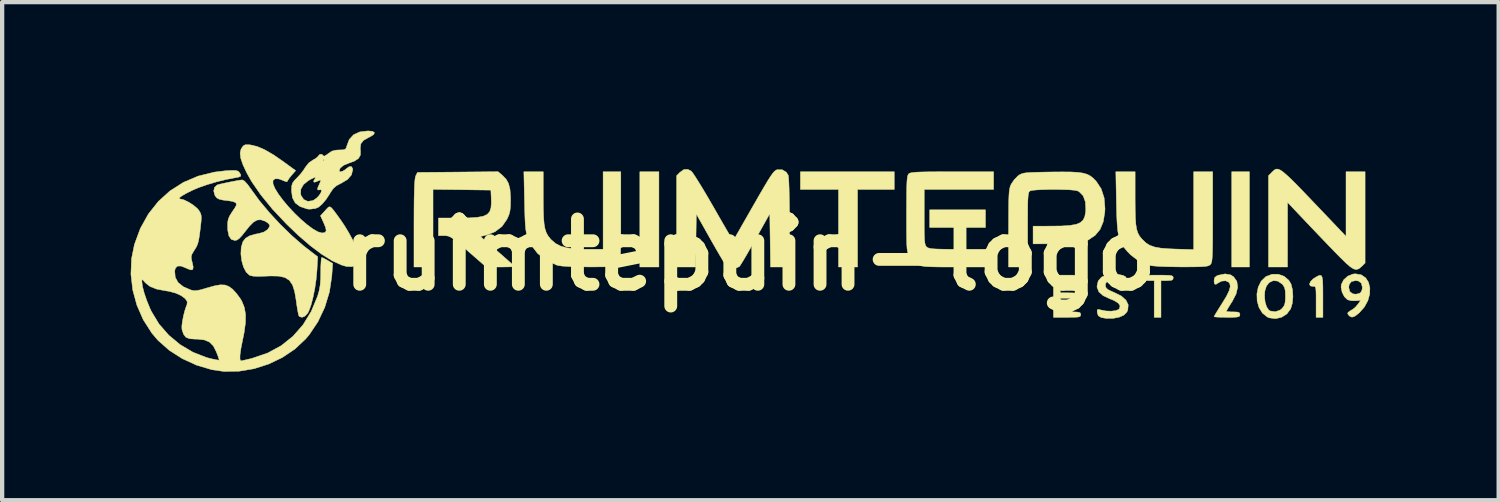
<source format=kicad_pcb>
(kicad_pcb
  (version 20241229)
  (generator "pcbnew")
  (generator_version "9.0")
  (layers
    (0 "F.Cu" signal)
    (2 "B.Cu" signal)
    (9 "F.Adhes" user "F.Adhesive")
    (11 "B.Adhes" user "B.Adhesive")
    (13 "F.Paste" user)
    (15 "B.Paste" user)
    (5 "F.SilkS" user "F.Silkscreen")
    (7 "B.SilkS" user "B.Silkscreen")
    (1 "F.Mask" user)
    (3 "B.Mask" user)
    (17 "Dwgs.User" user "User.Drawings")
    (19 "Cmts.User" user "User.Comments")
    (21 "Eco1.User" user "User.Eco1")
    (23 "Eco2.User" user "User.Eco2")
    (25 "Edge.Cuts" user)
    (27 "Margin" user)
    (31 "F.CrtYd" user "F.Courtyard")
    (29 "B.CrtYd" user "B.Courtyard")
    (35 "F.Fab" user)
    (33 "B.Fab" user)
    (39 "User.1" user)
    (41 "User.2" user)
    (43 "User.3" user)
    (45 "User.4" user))
  (footprint "ruimtepuin-logo"
    (layer "F.Cu")
    (at 14.452 2.894)
    (property "Reference" "ruimtepuin-logo" (at 0 0 0) (layer "F.SilkS") (effects (font (size 1.524 1.524) (thickness 0.3))))
    (attr through_hole)
    (fp_poly (pts (xy -2.127 0.286) (xy -2.572 0.286) (xy -2.572 -1.937) (xy -2.127 -1.937) (xy -2.127 0.286)) (stroke (width 0.01) (type solid)) (fill yes) (layer "F.SilkS"))
    (fp_poly (pts (xy 5.493 -0.635) (xy 4.191 -0.635) (xy 4.191 -1.048) (xy 5.493 -1.048) (xy 5.493 -0.635)) (stroke (width 0.01) (type solid)) (fill yes) (layer "F.SilkS"))
    (fp_poly (pts (xy 11.652 0.286) (xy 11.239 0.286) (xy 11.239 -1.937) (xy 11.652 -1.937) (xy 11.652 0.286)) (stroke (width 0.01) (type solid)) (fill yes) (layer "F.SilkS"))
    (fp_poly (pts (xy 3.365 -1.524) (xy 2.508 -1.524) (xy 2.508 0.286) (xy 2.064 0.286) (xy 2.064 -1.524) (xy 1.175 -1.524) (xy 1.175 -1.937) (xy 3.365 -1.937) (xy 3.365 -1.524)) (stroke (width 0.01) (type solid)) (fill yes) (layer "F.SilkS"))
    (fp_poly (pts (xy 13.326 0.485) (xy 13.349 0.526) (xy 13.361 0.608) (xy 13.366 0.74) (xy 13.367 0.927) (xy 13.367 0.968) (xy 13.367 1.46) (xy 13.208 1.46) (xy 13.208 1.096) (xy 13.208 0.939) (xy 13.205 0.836) (xy 13.198 0.775) (xy 13.184 0.745) (xy 13.162 0.737) (xy 13.137 0.739) (xy 13.074 0.728) (xy 13.054 0.686) (xy 13.077 0.627) (xy 13.14 0.563) (xy 13.163 0.548) (xy 13.237 0.503) (xy 13.29 0.48) (xy 13.326 0.485)) (stroke (width 0.01) (type solid)) (fill yes) (layer "F.SilkS"))
    (fp_poly (pts (xy 9.666 0.477) (xy 9.77 0.48) (xy 9.832 0.488) (xy 9.863 0.502) (xy 9.873 0.524) (xy 9.874 0.54) (xy 9.865 0.579) (xy 9.826 0.598) (xy 9.742 0.603) (xy 9.731 0.603) (xy 9.588 0.603) (xy 9.588 1.46) (xy 9.43 1.46) (xy 9.43 0.603) (xy 9.287 0.603) (xy 9.198 0.599) (xy 9.155 0.582) (xy 9.144 0.544) (xy 9.144 0.54) (xy 9.148 0.512) (xy 9.167 0.494) (xy 9.211 0.484) (xy 9.292 0.478) (xy 9.42 0.476) (xy 9.509 0.476) (xy 9.666 0.477)) (stroke (width 0.01) (type solid)) (fill yes) (layer "F.SilkS"))
    (fp_poly (pts (xy 12.321 -1.997) (xy 12.371 -1.977) (xy 12.435 -1.934) (xy 12.516 -1.865) (xy 12.62 -1.768) (xy 12.75 -1.639) (xy 12.91 -1.474) (xy 13.104 -1.271) (xy 13.338 -1.026) (xy 13.408 -0.953) (xy 13.906 -0.429) (xy 13.906 -1.183) (xy 13.906 -1.937) (xy 14.351 -1.937) (xy 14.351 0.193) (xy 14.273 0.271) (xy 14.212 0.323) (xy 14.154 0.345) (xy 14.089 0.333) (xy 14.009 0.284) (xy 13.906 0.195) (xy 13.77 0.062) (xy 13.764 0.056) (xy 13.648 -0.062) (xy 13.502 -0.213) (xy 13.338 -0.384) (xy 13.169 -0.561) (xy 13.008 -0.73) (xy 12.542 -1.222) (xy 12.542 -0.468) (xy 12.541 0.286) (xy 12.097 0.286) (xy 12.097 -1.844) (xy 12.175 -1.922) (xy 12.211 -1.958) (xy 12.245 -1.985) (xy 12.28 -1.999) (xy 12.321 -1.997)) (stroke (width 0.01) (type solid)) (fill yes) (layer "F.SilkS"))
    (fp_poly (pts (xy 7.542 0.477) (xy 7.635 0.481) (xy 7.687 0.491) (xy 7.71 0.509) (xy 7.715 0.536) (xy 7.715 0.54) (xy 7.71 0.572) (xy 7.684 0.591) (xy 7.625 0.6) (xy 7.52 0.603) (xy 7.477 0.603) (xy 7.239 0.603) (xy 7.239 0.889) (xy 7.429 0.889) (xy 7.536 0.891) (xy 7.593 0.901) (xy 7.616 0.924) (xy 7.62 0.953) (xy 7.613 0.988) (xy 7.583 1.007) (xy 7.514 1.015) (xy 7.429 1.016) (xy 7.239 1.016) (xy 7.239 1.333) (xy 7.477 1.333) (xy 7.599 1.335) (xy 7.67 1.342) (xy 7.705 1.358) (xy 7.715 1.386) (xy 7.715 1.397) (xy 7.711 1.426) (xy 7.69 1.444) (xy 7.642 1.455) (xy 7.554 1.459) (xy 7.415 1.46) (xy 7.398 1.46) (xy 7.08 1.46) (xy 7.08 0.476) (xy 7.398 0.476) (xy 7.542 0.477)) (stroke (width 0.01) (type solid)) (fill yes) (layer "F.SilkS"))
    (fp_poly (pts (xy 12.327 0.455) (xy 12.462 0.504) (xy 12.571 0.596) (xy 12.623 0.682) (xy 12.657 0.817) (xy 12.667 0.978) (xy 12.652 1.136) (xy 12.615 1.261) (xy 12.527 1.38) (xy 12.403 1.459) (xy 12.261 1.492) (xy 12.117 1.473) (xy 12.068 1.452) (xy 11.954 1.36) (xy 11.875 1.23) (xy 11.832 1.076) (xy 11.829 0.973) (xy 12.004 0.973) (xy 12.018 1.103) (xy 12.053 1.216) (xy 12.106 1.294) (xy 12.136 1.312) (xy 12.258 1.33) (xy 12.371 1.29) (xy 12.416 1.252) (xy 12.46 1.194) (xy 12.483 1.126) (xy 12.492 1.026) (xy 12.493 0.969) (xy 12.489 0.849) (xy 12.474 0.771) (xy 12.44 0.712) (xy 12.417 0.685) (xy 12.316 0.616) (xy 12.211 0.604) (xy 12.114 0.648) (xy 12.048 0.733) (xy 12.013 0.843) (xy 12.004 0.973) (xy 11.829 0.973) (xy 11.827 0.913) (xy 11.858 0.755) (xy 11.926 0.617) (xy 12.033 0.513) (xy 12.043 0.507) (xy 12.182 0.455) (xy 12.327 0.455)) (stroke (width 0.01) (type solid)) (fill yes) (layer "F.SilkS"))
    (fp_poly (pts (xy 11.212 0.469) (xy 11.284 0.516) (xy 11.359 0.622) (xy 11.378 0.756) (xy 11.341 0.914) (xy 11.248 1.095) (xy 11.239 1.107) (xy 11.178 1.204) (xy 11.133 1.279) (xy 11.113 1.317) (xy 11.113 1.319) (xy 11.141 1.327) (xy 11.214 1.333) (xy 11.271 1.333) (xy 11.366 1.337) (xy 11.414 1.351) (xy 11.429 1.382) (xy 11.43 1.397) (xy 11.425 1.427) (xy 11.404 1.445) (xy 11.354 1.455) (xy 11.263 1.46) (xy 11.128 1.46) (xy 10.999 1.459) (xy 10.897 1.455) (xy 10.837 1.449) (xy 10.827 1.445) (xy 10.843 1.413) (xy 10.887 1.34) (xy 10.951 1.237) (xy 11.017 1.132) (xy 11.119 0.965) (xy 11.18 0.838) (xy 11.205 0.743) (xy 11.194 0.675) (xy 11.17 0.641) (xy 11.095 0.607) (xy 11.001 0.616) (xy 10.936 0.65) (xy 10.87 0.691) (xy 10.837 0.681) (xy 10.827 0.617) (xy 10.827 0.606) (xy 10.839 0.536) (xy 10.889 0.494) (xy 10.927 0.479) (xy 11.084 0.447) (xy 11.212 0.469)) (stroke (width 0.01) (type solid)) (fill yes) (layer "F.SilkS"))
    (fp_poly (pts (xy 14.263 0.47) (xy 14.365 0.54) (xy 14.432 0.645) (xy 14.463 0.775) (xy 14.458 0.921) (xy 14.415 1.073) (xy 14.334 1.221) (xy 14.214 1.356) (xy 14.209 1.36) (xy 14.115 1.433) (xy 14.046 1.457) (xy 13.992 1.435) (xy 13.968 1.41) (xy 13.945 1.376) (xy 13.953 1.347) (xy 13.999 1.312) (xy 14.071 1.269) (xy 14.127 1.222) (xy 14.186 1.152) (xy 14.187 1.15) (xy 14.25 1.063) (xy 14.129 1.074) (xy 14.03 1.072) (xy 13.947 1.052) (xy 13.939 1.048) (xy 13.868 0.98) (xy 13.815 0.875) (xy 13.792 0.762) (xy 13.97 0.762) (xy 13.993 0.859) (xy 14.061 0.911) (xy 14.129 0.921) (xy 14.206 0.907) (xy 14.249 0.883) (xy 14.279 0.823) (xy 14.287 0.762) (xy 14.265 0.665) (xy 14.197 0.613) (xy 14.129 0.603) (xy 14.032 0.626) (xy 13.98 0.694) (xy 13.97 0.762) (xy 13.792 0.762) (xy 13.791 0.761) (xy 13.796 0.696) (xy 13.85 0.587) (xy 13.947 0.5) (xy 14.068 0.451) (xy 14.127 0.445) (xy 14.263 0.47)) (stroke (width 0.01) (type solid)) (fill yes) (layer "F.SilkS"))
    (fp_poly (pts (xy 8.581 0.458) (xy 8.699 0.481) (xy 8.763 0.513) (xy 8.784 0.56) (xy 8.777 0.613) (xy 8.759 0.669) (xy 8.729 0.679) (xy 8.667 0.65) (xy 8.666 0.65) (xy 8.563 0.616) (xy 8.448 0.605) (xy 8.351 0.619) (xy 8.324 0.631) (xy 8.294 0.68) (xy 8.292 0.732) (xy 8.313 0.781) (xy 8.367 0.823) (xy 8.468 0.869) (xy 8.493 0.879) (xy 8.661 0.962) (xy 8.772 1.06) (xy 8.824 1.169) (xy 8.814 1.287) (xy 8.792 1.338) (xy 8.722 1.409) (xy 8.607 1.459) (xy 8.463 1.486) (xy 8.309 1.485) (xy 8.191 1.464) (xy 8.125 1.423) (xy 8.102 1.352) (xy 8.099 1.29) (xy 8.125 1.275) (xy 8.181 1.288) (xy 8.303 1.312) (xy 8.427 1.317) (xy 8.534 1.304) (xy 8.604 1.275) (xy 8.616 1.262) (xy 8.634 1.193) (xy 8.594 1.13) (xy 8.494 1.068) (xy 8.398 1.029) (xy 8.239 0.955) (xy 8.14 0.867) (xy 8.098 0.763) (xy 8.096 0.731) (xy 8.124 0.611) (xy 8.202 0.522) (xy 8.324 0.466) (xy 8.48 0.449) (xy 8.581 0.458)) (stroke (width 0.01) (type solid)) (fill yes) (layer "F.SilkS"))
    (fp_poly (pts (xy -4.826 -1.329) (xy -4.824 -1.078) (xy -4.818 -0.88) (xy -4.806 -0.728) (xy -4.786 -0.61) (xy -4.756 -0.517) (xy -4.714 -0.441) (xy -4.659 -0.371) (xy -4.637 -0.347) (xy -4.536 -0.261) (xy -4.414 -0.199) (xy -4.261 -0.158) (xy -4.066 -0.135) (xy -3.821 -0.127) (xy -3.804 -0.127) (xy -3.429 -0.127) (xy -3.429 -1.937) (xy -3.016 -1.937) (xy -3.016 -0.878) (xy -3.016 -0.59) (xy -3.017 -0.358) (xy -3.019 -0.177) (xy -3.022 -0.039) (xy -3.027 0.062) (xy -3.034 0.133) (xy -3.043 0.179) (xy -3.055 0.209) (xy -3.07 0.229) (xy -3.074 0.233) (xy -3.102 0.251) (xy -3.145 0.265) (xy -3.211 0.274) (xy -3.311 0.28) (xy -3.452 0.283) (xy -3.642 0.284) (xy -3.765 0.284) (xy -4.031 0.282) (xy -4.238 0.275) (xy -4.389 0.264) (xy -4.487 0.249) (xy -4.513 0.241) (xy -4.76 0.125) (xy -4.958 -0.031) (xy -5.107 -0.227) (xy -5.181 -0.381) (xy -5.204 -0.446) (xy -5.221 -0.516) (xy -5.235 -0.599) (xy -5.245 -0.707) (xy -5.252 -0.849) (xy -5.258 -1.035) (xy -5.263 -1.246) (xy -5.278 -1.937) (xy -4.826 -1.937) (xy -4.826 -1.329)) (stroke (width 0.01) (type solid)) (fill yes) (layer "F.SilkS"))
    (fp_poly (pts (xy 8.985 -1.301) (xy 8.987 -1.054) (xy 8.992 -0.861) (xy 9.002 -0.712) (xy 9.02 -0.599) (xy 9.047 -0.512) (xy 9.084 -0.441) (xy 9.133 -0.377) (xy 9.153 -0.355) (xy 9.237 -0.276) (xy 9.329 -0.219) (xy 9.44 -0.18) (xy 9.584 -0.154) (xy 9.772 -0.139) (xy 9.914 -0.133) (xy 10.351 -0.12) (xy 10.351 -1.937) (xy 10.795 -1.937) (xy 10.795 -0.878) (xy 10.795 -0.59) (xy 10.794 -0.358) (xy 10.792 -0.177) (xy 10.789 -0.039) (xy 10.784 0.062) (xy 10.777 0.133) (xy 10.768 0.179) (xy 10.756 0.209) (xy 10.741 0.229) (xy 10.737 0.233) (xy 10.709 0.251) (xy 10.667 0.265) (xy 10.6 0.274) (xy 10.501 0.28) (xy 10.361 0.283) (xy 10.171 0.284) (xy 10.046 0.284) (xy 9.765 0.28) (xy 9.546 0.272) (xy 9.387 0.259) (xy 9.287 0.242) (xy 9.281 0.24) (xy 9.068 0.146) (xy 8.88 0.002) (xy 8.798 -0.083) (xy 8.728 -0.168) (xy 8.673 -0.249) (xy 8.631 -0.336) (xy 8.6 -0.439) (xy 8.579 -0.567) (xy 8.565 -0.729) (xy 8.555 -0.935) (xy 8.549 -1.194) (xy 8.548 -1.23) (xy 8.535 -1.937) (xy 8.985 -1.937) (xy 8.985 -1.301)) (stroke (width 0.01) (type solid)) (fill yes) (layer "F.SilkS"))
    (fp_poly (pts (xy -5.777 -1.851) (xy -5.692 -1.763) (xy -5.635 -1.66) (xy -5.602 -1.527) (xy -5.589 -1.351) (xy -5.588 -1.277) (xy -5.591 -1.128) (xy -5.603 -1.019) (xy -5.627 -0.929) (xy -5.669 -0.835) (xy -5.671 -0.83) (xy -5.789 -0.66) (xy -5.951 -0.537) (xy -6.147 -0.461) (xy -6.29 -0.425) (xy -5.891 -0.079) (xy -5.759 0.036) (xy -5.645 0.137) (xy -5.558 0.214) (xy -5.505 0.263) (xy -5.493 0.276) (xy -5.522 0.28) (xy -5.602 0.283) (xy -5.719 0.285) (xy -5.825 0.286) (xy -6.157 0.286) (xy -6.576 -0.079) (xy -6.729 -0.212) (xy -6.843 -0.307) (xy -6.927 -0.373) (xy -6.991 -0.413) (xy -7.042 -0.435) (xy -7.091 -0.443) (xy -7.133 -0.445) (xy -7.271 -0.445) (xy -7.271 -0.857) (xy -6.791 -0.857) (xy -6.55 -0.86) (xy -6.364 -0.873) (xy -6.228 -0.898) (xy -6.134 -0.941) (xy -6.076 -1.004) (xy -6.046 -1.093) (xy -6.037 -1.212) (xy -6.039 -1.294) (xy -6.048 -1.508) (xy -6.723 -1.517) (xy -7.398 -1.525) (xy -7.398 0.286) (xy -7.842 0.286) (xy -7.842 -0.738) (xy -7.841 -1.047) (xy -7.839 -1.297) (xy -7.834 -1.494) (xy -7.829 -1.642) (xy -7.82 -1.747) (xy -7.81 -1.814) (xy -7.801 -1.841) (xy -7.761 -1.921) (xy -6.82 -1.929) (xy -5.88 -1.938) (xy -5.777 -1.851)) (stroke (width 0.01) (type solid)) (fill yes) (layer "F.SilkS"))
    (fp_poly (pts (xy 5.683 -1.524) (xy 4.064 -1.524) (xy 4.064 -0.878) (xy 4.064 -0.658) (xy 4.066 -0.492) (xy 4.07 -0.373) (xy 4.077 -0.291) (xy 4.087 -0.237) (xy 4.102 -0.203) (xy 4.122 -0.18) (xy 4.122 -0.18) (xy 4.148 -0.163) (xy 4.187 -0.15) (xy 4.249 -0.14) (xy 4.34 -0.134) (xy 4.47 -0.13) (xy 4.646 -0.128) (xy 4.875 -0.127) (xy 4.932 -0.127) (xy 5.683 -0.127) (xy 5.683 0.286) (xy 4.847 0.286) (xy 4.594 0.286) (xy 4.397 0.285) (xy 4.248 0.282) (xy 4.137 0.278) (xy 4.058 0.271) (xy 4.002 0.261) (xy 3.96 0.247) (xy 3.926 0.229) (xy 3.903 0.214) (xy 3.81 0.135) (xy 3.729 0.042) (xy 3.723 0.034) (xy 3.702 0.001) (xy 3.686 -0.034) (xy 3.673 -0.078) (xy 3.664 -0.139) (xy 3.658 -0.225) (xy 3.654 -0.343) (xy 3.652 -0.502) (xy 3.651 -0.709) (xy 3.651 -0.955) (xy 3.652 -1.22) (xy 3.653 -1.428) (xy 3.656 -1.587) (xy 3.661 -1.704) (xy 3.668 -1.786) (xy 3.678 -1.839) (xy 3.69 -1.872) (xy 3.701 -1.887) (xy 3.722 -1.901) (xy 3.759 -1.913) (xy 3.818 -1.921) (xy 3.905 -1.928) (xy 4.028 -1.932) (xy 4.194 -1.935) (xy 4.408 -1.936) (xy 4.678 -1.937) (xy 4.717 -1.937) (xy 5.683 -1.937) (xy 5.683 -1.524)) (stroke (width 0.01) (type solid)) (fill yes) (layer "F.SilkS"))
    (fp_poly (pts (xy -1.374 -1.952) (xy -1.341 -1.913) (xy -1.282 -1.826) (xy -1.201 -1.698) (xy -1.103 -1.538) (xy -0.992 -1.352) (xy -0.874 -1.148) (xy -0.853 -1.112) (xy -0.737 -0.909) (xy -0.632 -0.727) (xy -0.541 -0.57) (xy -0.469 -0.447) (xy -0.419 -0.364) (xy -0.396 -0.327) (xy -0.395 -0.326) (xy -0.378 -0.355) (xy -0.334 -0.431) (xy -0.266 -0.549) (xy -0.179 -0.702) (xy -0.076 -0.882) (xy 0.039 -1.083) (xy 0.077 -1.149) (xy 0.212 -1.385) (xy 0.321 -1.572) (xy 0.406 -1.715) (xy 0.473 -1.821) (xy 0.524 -1.894) (xy 0.565 -1.942) (xy 0.598 -1.969) (xy 0.628 -1.983) (xy 0.634 -1.984) (xy 0.751 -1.983) (xy 0.844 -1.928) (xy 0.891 -1.853) (xy 0.898 -1.802) (xy 0.905 -1.696) (xy 0.911 -1.542) (xy 0.915 -1.348) (xy 0.919 -1.122) (xy 0.921 -0.872) (xy 0.921 -0.744) (xy 0.921 0.286) (xy 0.478 0.286) (xy 0.469 -0.336) (xy 0.46 -0.958) (xy 0.127 -0.363) (xy 0.026 -0.184) (xy -0.066 -0.023) (xy -0.145 0.112) (xy -0.206 0.211) (xy -0.242 0.268) (xy -0.248 0.275) (xy -0.316 0.307) (xy -0.411 0.316) (xy -0.502 0.3) (xy -0.545 0.275) (xy -0.573 0.235) (xy -0.626 0.149) (xy -0.7 0.025) (xy -0.789 -0.128) (xy -0.888 -0.301) (xy -0.921 -0.359) (xy -1.254 -0.951) (xy -1.263 -0.333) (xy -1.271 0.286) (xy -1.714 0.286) (xy -1.714 -1.844) (xy -1.637 -1.922) (xy -1.544 -1.988) (xy -1.452 -1.992) (xy -1.374 -1.952)) (stroke (width 0.01) (type solid)) (fill yes) (layer "F.SilkS"))
    (fp_poly (pts (xy -11.701 -2.567) (xy -11.648 -2.561) (xy -11.498 -2.525) (xy -11.323 -2.449) (xy -11.118 -2.33) (xy -10.878 -2.164) (xy -10.866 -2.155) (xy -10.603 -1.963) (xy -10.699 -1.854) (xy -10.757 -1.781) (xy -10.791 -1.726) (xy -10.795 -1.713) (xy -10.819 -1.704) (xy -10.878 -1.724) (xy -10.889 -1.73) (xy -10.998 -1.77) (xy -11.083 -1.772) (xy -11.131 -1.734) (xy -11.133 -1.73) (xy -11.131 -1.654) (xy -11.087 -1.547) (xy -11.007 -1.417) (xy -10.899 -1.272) (xy -10.771 -1.12) (xy -10.63 -0.97) (xy -10.483 -0.828) (xy -10.338 -0.703) (xy -10.203 -0.603) (xy -10.084 -0.535) (xy -9.99 -0.508) (xy -9.984 -0.508) (xy -9.918 -0.519) (xy -9.891 -0.558) (xy -9.903 -0.632) (xy -9.947 -0.741) (xy -10.024 -0.909) (xy -9.915 -1.029) (xy -9.869 -1.08) (xy -9.835 -1.112) (xy -9.805 -1.119) (xy -9.769 -1.096) (xy -9.719 -1.038) (xy -9.646 -0.94) (xy -9.552 -0.81) (xy -9.456 -0.667) (xy -9.356 -0.5) (xy -9.272 -0.344) (xy -9.267 -0.335) (xy -9.184 -0.134) (xy -9.145 0.03) (xy -9.151 0.155) (xy -9.199 0.239) (xy -9.289 0.279) (xy -9.42 0.273) (xy -9.53 0.241) (xy -9.748 0.142) (xy -9.993 -0.01) (xy -10.26 -0.21) (xy -10.544 -0.455) (xy -10.812 -0.712) (xy -11.144 -1.064) (xy -11.417 -1.398) (xy -11.632 -1.71) (xy -11.75 -1.921) (xy -11.836 -2.108) (xy -11.885 -2.253) (xy -11.899 -2.367) (xy -11.88 -2.457) (xy -11.859 -2.496) (xy -11.82 -2.546) (xy -11.775 -2.567) (xy -11.701 -2.567)) (stroke (width 0.01) (type solid)) (fill yes) (layer "F.SilkS"))
    (fp_poly (pts (xy 7.492 -1.931) (xy 7.651 -1.922) (xy 7.773 -1.904) (xy 7.868 -1.876) (xy 7.945 -1.835) (xy 8.013 -1.78) (xy 8.077 -1.714) (xy 8.193 -1.539) (xy 8.262 -1.326) (xy 8.282 -1.079) (xy 8.278 -0.998) (xy 8.242 -0.772) (xy 8.168 -0.592) (xy 8.052 -0.452) (xy 7.888 -0.342) (xy 7.842 -0.32) (xy 7.782 -0.296) (xy 7.718 -0.279) (xy 7.638 -0.267) (xy 7.53 -0.26) (xy 7.383 -0.256) (xy 7.186 -0.255) (xy 7.152 -0.255) (xy 6.604 -0.254) (xy 6.604 -0.667) (xy 7.025 -0.668) (xy 7.271 -0.671) (xy 7.462 -0.684) (xy 7.604 -0.708) (xy 7.704 -0.748) (xy 7.771 -0.807) (xy 7.81 -0.889) (xy 7.83 -0.997) (xy 7.834 -1.055) (xy 7.824 -1.235) (xy 7.773 -1.375) (xy 7.683 -1.468) (xy 7.634 -1.493) (xy 7.569 -1.505) (xy 7.457 -1.515) (xy 7.311 -1.52) (xy 7.147 -1.523) (xy 6.979 -1.523) (xy 6.819 -1.519) (xy 6.682 -1.512) (xy 6.583 -1.502) (xy 6.538 -1.491) (xy 6.52 -1.479) (xy 6.506 -1.458) (xy 6.495 -1.421) (xy 6.488 -1.362) (xy 6.482 -1.273) (xy 6.479 -1.146) (xy 6.478 -0.975) (xy 6.477 -0.752) (xy 6.477 -0.586) (xy 6.477 0.286) (xy 6.032 0.286) (xy 6.032 -0.62) (xy 6.033 -0.886) (xy 6.034 -1.097) (xy 6.036 -1.259) (xy 6.041 -1.382) (xy 6.047 -1.472) (xy 6.057 -1.539) (xy 6.069 -1.588) (xy 6.086 -1.63) (xy 6.095 -1.65) (xy 6.162 -1.748) (xy 6.246 -1.835) (xy 6.262 -1.847) (xy 6.299 -1.872) (xy 6.339 -1.89) (xy 6.39 -1.904) (xy 6.462 -1.914) (xy 6.564 -1.92) (xy 6.706 -1.925) (xy 6.896 -1.929) (xy 7.031 -1.931) (xy 7.289 -1.933) (xy 7.492 -1.931)) (stroke (width 0.01) (type solid)) (fill yes) (layer "F.SilkS"))
    (fp_poly (pts (xy -11.797 -1.719) (xy -11.727 -1.643) (xy -11.642 -1.526) (xy -11.45 -1.262) (xy -11.217 -0.983) (xy -10.959 -0.705) (xy -10.69 -0.443) (xy -10.425 -0.213) (xy -10.354 -0.157) (xy -10.088 0.048) (xy -10.106 0.368) (xy -10.125 0.575) (xy -10.156 0.788) (xy -10.197 0.991) (xy -10.243 1.169) (xy -10.293 1.306) (xy -10.319 1.359) (xy -10.383 1.431) (xy -10.453 1.461) (xy -10.513 1.443) (xy -10.528 1.425) (xy -10.541 1.379) (xy -10.559 1.286) (xy -10.579 1.161) (xy -10.591 1.069) (xy -10.627 0.858) (xy -10.677 0.703) (xy -10.751 0.596) (xy -10.856 0.53) (xy -11.001 0.499) (xy -11.196 0.495) (xy -11.285 0.499) (xy -11.467 0.505) (xy -11.593 0.5) (xy -11.67 0.483) (xy -11.681 0.478) (xy -11.758 0.405) (xy -11.82 0.286) (xy -11.862 0.14) (xy -11.881 -0.017) (xy -11.874 -0.168) (xy -11.838 -0.295) (xy -11.833 -0.305) (xy -11.773 -0.385) (xy -11.679 -0.441) (xy -11.54 -0.481) (xy -11.466 -0.494) (xy -11.346 -0.529) (xy -11.256 -0.588) (xy -11.21 -0.661) (xy -11.208 -0.683) (xy -11.234 -0.727) (xy -11.299 -0.774) (xy -11.319 -0.784) (xy -11.415 -0.816) (xy -11.501 -0.81) (xy -11.589 -0.76) (xy -11.686 -0.662) (xy -11.771 -0.555) (xy -11.86 -0.443) (xy -11.925 -0.375) (xy -11.978 -0.341) (xy -12.024 -0.333) (xy -12.106 -0.359) (xy -12.16 -0.438) (xy -12.188 -0.572) (xy -12.191 -0.667) (xy -12.189 -0.759) (xy -12.175 -0.833) (xy -12.143 -0.907) (xy -12.086 -0.999) (xy -12.021 -1.093) (xy -11.984 -1.164) (xy -11.998 -1.212) (xy -12.066 -1.243) (xy -12.164 -1.259) (xy -12.3 -1.276) (xy -12.388 -1.296) (xy -12.442 -1.325) (xy -12.477 -1.368) (xy -12.489 -1.39) (xy -12.515 -1.488) (xy -12.495 -1.574) (xy -12.434 -1.628) (xy -12.424 -1.632) (xy -12.348 -1.652) (xy -12.237 -1.676) (xy -12.112 -1.702) (xy -11.991 -1.725) (xy -11.895 -1.741) (xy -11.845 -1.746) (xy -11.797 -1.719)) (stroke (width 0.01) (type solid)) (fill yes) (layer "F.SilkS"))
    (fp_poly (pts (xy -8.809 -2.879) (xy -8.765 -2.851) (xy -8.78 -2.809) (xy -8.856 -2.758) (xy -8.903 -2.735) (xy -9.021 -2.668) (xy -9.082 -2.589) (xy -9.097 -2.485) (xy -9.091 -2.433) (xy -9.092 -2.327) (xy -9.138 -2.246) (xy -9.235 -2.183) (xy -9.356 -2.14) (xy -9.485 -2.087) (xy -9.565 -2.02) (xy -9.588 -1.955) (xy -9.566 -1.935) (xy -9.513 -1.946) (xy -9.452 -1.981) (xy -9.43 -2) (xy -9.355 -2.055) (xy -9.3 -2.057) (xy -9.273 -2.007) (xy -9.271 -1.983) (xy -9.302 -1.862) (xy -9.393 -1.756) (xy -9.543 -1.667) (xy -9.545 -1.667) (xy -9.649 -1.612) (xy -9.723 -1.549) (xy -9.79 -1.454) (xy -9.812 -1.416) (xy -9.895 -1.289) (xy -9.985 -1.183) (xy -10.071 -1.109) (xy -10.141 -1.08) (xy -10.144 -1.079) (xy -10.215 -1.071) (xy -10.229 -1.067) (xy -10.294 -1.064) (xy -10.335 -1.069) (xy -10.501 -1.125) (xy -10.614 -1.21) (xy -10.679 -1.332) (xy -10.69 -1.417) (xy -10.488 -1.417) (xy -10.478 -1.383) (xy -10.414 -1.288) (xy -10.321 -1.246) (xy -10.21 -1.261) (xy -10.182 -1.274) (xy -10.115 -1.32) (xy -10.058 -1.38) (xy -10.017 -1.441) (xy -9.999 -1.492) (xy -10.012 -1.518) (xy -10.049 -1.513) (xy -10.089 -1.512) (xy -10.089 -1.558) (xy -10.048 -1.652) (xy -10.048 -1.653) (xy -10.018 -1.722) (xy -10.027 -1.743) (xy -10.081 -1.722) (xy -10.101 -1.712) (xy -10.164 -1.691) (xy -10.187 -1.711) (xy -10.161 -1.761) (xy -10.137 -1.801) (xy -10.164 -1.803) (xy -10.241 -1.767) (xy -10.305 -1.731) (xy -10.419 -1.639) (xy -10.482 -1.531) (xy -10.488 -1.417) (xy -10.69 -1.417) (xy -10.7 -1.495) (xy -10.7 -1.499) (xy -10.696 -1.602) (xy -10.676 -1.672) (xy -10.628 -1.737) (xy -10.57 -1.795) (xy -10.484 -1.889) (xy -10.409 -1.989) (xy -10.381 -2.036) (xy -10.297 -2.143) (xy -10.207 -2.205) (xy -10.204 -2.207) (xy -9.97 -2.207) (xy -9.954 -2.191) (xy -9.938 -2.207) (xy -9.954 -2.223) (xy -9.97 -2.207) (xy -10.204 -2.207) (xy -10.13 -2.25) (xy -10.08 -2.295) (xy -10.075 -2.304) (xy -10.036 -2.344) (xy -9.987 -2.342) (xy -9.962 -2.31) (xy -9.931 -2.301) (xy -9.865 -2.342) (xy -9.846 -2.358) (xy -9.758 -2.417) (xy -9.663 -2.441) (xy -9.587 -2.445) (xy -9.493 -2.448) (xy -9.443 -2.463) (xy -9.42 -2.501) (xy -9.412 -2.532) (xy -9.353 -2.689) (xy -9.252 -2.8) (xy -9.107 -2.866) (xy -8.916 -2.889) (xy -8.914 -2.889) (xy -8.809 -2.879)) (stroke (width 0.01) (type solid)) (fill yes) (layer "F.SilkS"))
    (fp_poly (pts (xy -11.964 -1.957) (xy -11.931 -1.936) (xy -11.917 -1.92) (xy -11.883 -1.864) (xy -11.888 -1.83) (xy -11.942 -1.809) (xy -12.025 -1.794) (xy -12.225 -1.756) (xy -12.449 -1.701) (xy -12.674 -1.634) (xy -12.876 -1.563) (xy -12.998 -1.511) (xy -13.148 -1.437) (xy -13.255 -1.376) (xy -13.314 -1.332) (xy -13.321 -1.307) (xy -13.302 -1.303) (xy -13.212 -1.281) (xy -13.1 -1.227) (xy -12.987 -1.154) (xy -12.896 -1.077) (xy -12.858 -1.03) (xy -12.826 -0.975) (xy -12.809 -0.922) (xy -12.804 -0.856) (xy -12.811 -0.759) (xy -12.826 -0.627) (xy -12.846 -0.464) (xy -12.865 -0.348) (xy -12.886 -0.264) (xy -12.913 -0.196) (xy -12.953 -0.128) (xy -12.979 -0.088) (xy -13.026 -0.008) (xy -13.041 0.055) (xy -13.029 0.133) (xy -13.018 0.172) (xy -12.994 0.284) (xy -13.003 0.343) (xy -13.048 0.355) (xy -13.134 0.323) (xy -13.149 0.315) (xy -13.273 0.265) (xy -13.359 0.264) (xy -13.409 0.312) (xy -13.425 0.377) (xy -13.413 0.526) (xy -13.346 0.649) (xy -13.222 0.748) (xy -13.049 0.822) (xy -12.983 0.837) (xy -12.912 0.836) (xy -12.819 0.818) (xy -12.686 0.779) (xy -12.684 0.778) (xy -12.501 0.727) (xy -12.362 0.702) (xy -12.254 0.706) (xy -12.165 0.739) (xy -12.08 0.8) (xy -12.071 0.808) (xy -11.985 0.902) (xy -11.898 1.019) (xy -11.86 1.083) (xy -11.801 1.227) (xy -11.772 1.391) (xy -11.774 1.585) (xy -11.806 1.82) (xy -11.838 1.976) (xy -11.879 2.182) (xy -11.901 2.336) (xy -11.903 2.434) (xy -11.885 2.475) (xy -11.88 2.477) (xy -11.838 2.469) (xy -11.752 2.449) (xy -11.638 2.422) (xy -11.613 2.415) (xy -11.258 2.294) (xy -10.942 2.123) (xy -10.666 1.903) (xy -10.431 1.635) (xy -10.239 1.321) (xy -10.091 0.966) (xy -10.054 0.837) (xy -10.031 0.708) (xy -10.02 0.557) (xy -10.018 0.405) (xy -10.016 0.266) (xy -10.01 0.155) (xy -10.003 0.083) (xy -9.995 0.064) (xy -9.956 0.078) (xy -9.886 0.116) (xy -9.856 0.133) (xy -9.739 0.202) (xy -9.76 0.504) (xy -9.815 0.869) (xy -9.924 1.227) (xy -10.083 1.563) (xy -10.286 1.866) (xy -10.371 1.966) (xy -10.622 2.202) (xy -10.914 2.398) (xy -11.236 2.552) (xy -11.576 2.66) (xy -11.925 2.718) (xy -12.271 2.724) (xy -12.557 2.683) (xy -12.915 2.577) (xy -13.251 2.423) (xy -13.554 2.229) (xy -13.815 1.998) (xy -13.959 1.829) (xy -14.159 1.517) (xy -14.308 1.177) (xy -14.405 0.821) (xy -14.428 0.62) (xy -14.192 0.62) (xy -14.178 0.737) (xy -14.138 0.892) (xy -14.078 1.068) (xy -14.004 1.249) (xy -13.968 1.325) (xy -13.792 1.616) (xy -13.565 1.876) (xy -13.298 2.098) (xy -12.999 2.275) (xy -12.678 2.4) (xy -12.576 2.426) (xy -12.478 2.447) (xy -12.41 2.459) (xy -12.389 2.46) (xy -12.395 2.429) (xy -12.419 2.356) (xy -12.454 2.266) (xy -12.523 2.129) (xy -12.611 2.04) (xy -12.729 1.989) (xy -12.891 1.969) (xy -12.945 1.969) (xy -13.078 1.96) (xy -13.164 1.926) (xy -13.219 1.855) (xy -13.257 1.74) (xy -13.259 1.666) (xy -13.245 1.554) (xy -13.22 1.423) (xy -13.187 1.296) (xy -13.152 1.193) (xy -13.139 1.164) (xy -13.133 1.094) (xy -13.181 1.023) (xy -13.274 0.954) (xy -13.401 0.896) (xy -13.554 0.854) (xy -13.637 0.841) (xy -13.845 0.802) (xy -14.001 0.741) (xy -14.111 0.654) (xy -14.121 0.642) (xy -14.168 0.589) (xy -14.188 0.582) (xy -14.192 0.62) (xy -14.192 0.62) (xy -14.428 0.62) (xy -14.447 0.457) (xy -14.433 0.094) (xy -14.365 -0.241) (xy -14.226 -0.617) (xy -14.039 -0.952) (xy -13.807 -1.244) (xy -13.535 -1.49) (xy -13.224 -1.688) (xy -12.879 -1.835) (xy -12.501 -1.928) (xy -12.243 -1.959) (xy -12.105 -1.967) (xy -12.017 -1.967) (xy -11.964 -1.957)) (stroke (width 0.01) (type solid)) (fill yes) (layer "F.SilkS")))
  (gr_rect
    (start -3 -3)
    (end 31.92 8.622)
    (stroke (width 0.1) (type default))
    (fill no)
    (layer "Edge.Cuts")))
</source>
